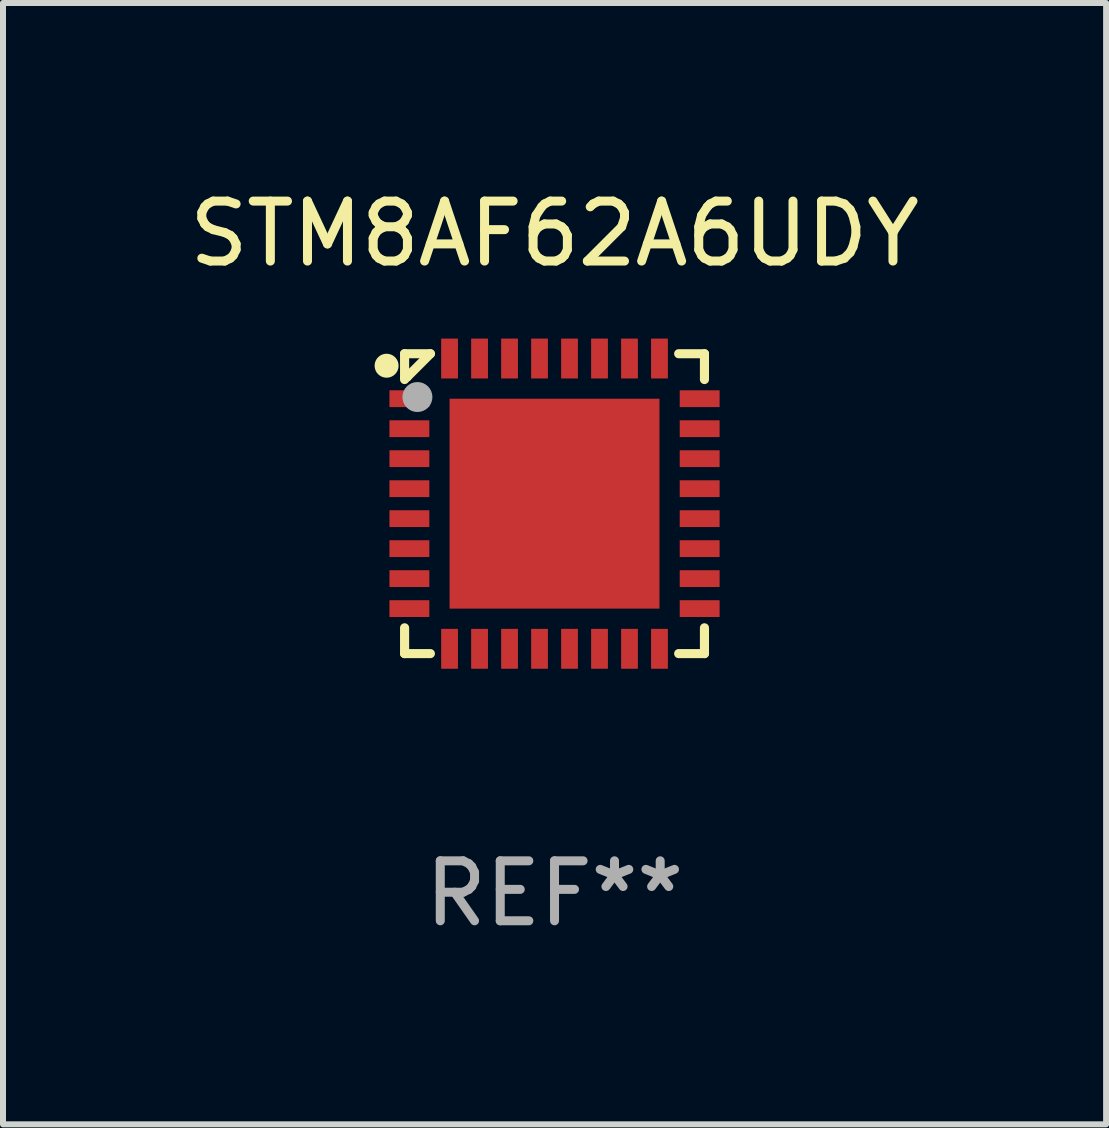
<source format=kicad_pcb>
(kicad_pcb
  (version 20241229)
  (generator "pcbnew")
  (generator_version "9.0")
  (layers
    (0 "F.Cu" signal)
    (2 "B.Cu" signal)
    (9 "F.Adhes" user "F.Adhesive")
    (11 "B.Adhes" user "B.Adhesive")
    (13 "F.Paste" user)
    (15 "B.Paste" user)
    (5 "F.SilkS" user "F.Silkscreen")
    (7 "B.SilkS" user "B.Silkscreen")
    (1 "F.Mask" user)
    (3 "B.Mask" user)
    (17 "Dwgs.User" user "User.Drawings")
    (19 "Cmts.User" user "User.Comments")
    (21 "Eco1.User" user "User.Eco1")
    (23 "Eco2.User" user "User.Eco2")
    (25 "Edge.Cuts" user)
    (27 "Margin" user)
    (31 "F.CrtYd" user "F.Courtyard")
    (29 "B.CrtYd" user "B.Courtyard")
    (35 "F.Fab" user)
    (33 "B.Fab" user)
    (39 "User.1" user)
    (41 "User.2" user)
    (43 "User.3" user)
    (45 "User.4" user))
  (footprint "STM8AF62A6UDY"
    (layer "F.Cu")
    (at 6.196 5.348)
    (property "Reference" "STM8AF62A6UDY" (at 0 -4.5 0) (layer "F.SilkS") (effects (font (size 1 1) (thickness 0.15))))
    (attr through_hole)
    (fp_line (start -2.5 -2.5) (end -2.07 -2.5) (stroke (width 0.152) (type solid)) (layer "F.SilkS"))
    (fp_line (start -2.5 -2.11) (end -2.5 -2.5) (stroke (width 0.152) (type solid)) (layer "F.SilkS"))
    (fp_line (start -2.5 -2.11) (end -2.5 -2.07) (stroke (width 0.152) (type solid)) (layer "F.SilkS"))
    (fp_line (start -2.5 -2.11) (end -2.46 -2.11) (stroke (width 0.152) (type solid)) (layer "F.SilkS"))
    (fp_line (start -2.5 2.5) (end -2.5 2.07) (stroke (width 0.152) (type solid)) (layer "F.SilkS"))
    (fp_line (start -2.46 -2.11) (end -2.07 -2.5) (stroke (width 0.152) (type solid)) (layer "F.SilkS"))
    (fp_line (start -2.07 2.5) (end -2.5 2.5) (stroke (width 0.152) (type solid)) (layer "F.SilkS"))
    (fp_line (start 2.07 -2.5) (end 2.5 -2.5) (stroke (width 0.152) (type solid)) (layer "F.SilkS"))
    (fp_line (start 2.5 -2.5) (end 2.5 -2.07) (stroke (width 0.152) (type solid)) (layer "F.SilkS"))
    (fp_line (start 2.5 2.07) (end 2.5 2.5) (stroke (width 0.152) (type solid)) (layer "F.SilkS"))
    (fp_line (start 2.5 2.5) (end 2.07 2.5) (stroke (width 0.152) (type solid)) (layer "F.SilkS"))
    (fp_circle (center -2.8 -2.3) (end -2.7 -2.3) (stroke (width 0.2) (type solid)) (fill no) (layer "F.SilkS"))
    (fp_circle (center -2.5 -2.5) (end -2.47 -2.5) (stroke (width 0.06) (type solid)) (fill no) (layer "F.SilkS"))
    (fp_circle (center -2.286 -1.778) (end -2.161 -1.778) (stroke (width 0.25) (type solid)) (fill no) (layer "F.Fab"))
    (fp_text user "REF**" (at 0 6.5 0) (layer "F.Fab") (effects (font (size 1 1) (thickness 0.15))))
    (pad "1" smd rect (at -2.42 -1.75 270) (size 0.28 0.665) (layers "F.Cu" "F.Mask" "F.Paste"))
    (pad "2" smd rect (at -2.42 -1.25 270) (size 0.28 0.665) (layers "F.Cu" "F.Mask" "F.Paste"))
    (pad "3" smd rect (at -2.42 -0.75 270) (size 0.28 0.665) (layers "F.Cu" "F.Mask" "F.Paste"))
    (pad "4" smd rect (at -2.42 -0.25 270) (size 0.28 0.665) (layers "F.Cu" "F.Mask" "F.Paste"))
    (pad "5" smd rect (at -2.42 0.25 270) (size 0.28 0.665) (layers "F.Cu" "F.Mask" "F.Paste"))
    (pad "6" smd rect (at -2.42 0.75 270) (size 0.28 0.665) (layers "F.Cu" "F.Mask" "F.Paste"))
    (pad "7" smd rect (at -2.42 1.25 270) (size 0.28 0.665) (layers "F.Cu" "F.Mask" "F.Paste"))
    (pad "8" smd rect (at -2.42 1.75 270) (size 0.28 0.665) (layers "F.Cu" "F.Mask" "F.Paste"))
    (pad "9" smd rect (at -1.75 2.42 270) (size 0.665 0.28) (layers "F.Cu" "F.Mask" "F.Paste"))
    (pad "10" smd rect (at -1.25 2.42 270) (size 0.665 0.28) (layers "F.Cu" "F.Mask" "F.Paste"))
    (pad "11" smd rect (at -0.75 2.42 270) (size 0.665 0.28) (layers "F.Cu" "F.Mask" "F.Paste"))
    (pad "12" smd rect (at -0.25 2.42 270) (size 0.665 0.28) (layers "F.Cu" "F.Mask" "F.Paste"))
    (pad "13" smd rect (at 0.25 2.42 270) (size 0.665 0.28) (layers "F.Cu" "F.Mask" "F.Paste"))
    (pad "14" smd rect (at 0.75 2.42 270) (size 0.665 0.28) (layers "F.Cu" "F.Mask" "F.Paste"))
    (pad "15" smd rect (at 1.25 2.42 270) (size 0.665 0.28) (layers "F.Cu" "F.Mask" "F.Paste"))
    (pad "16" smd rect (at 1.75 2.42 270) (size 0.665 0.28) (layers "F.Cu" "F.Mask" "F.Paste"))
    (pad "17" smd rect (at 2.42 1.75 270) (size 0.28 0.665) (layers "F.Cu" "F.Mask" "F.Paste"))
    (pad "18" smd rect (at 2.42 1.25 270) (size 0.28 0.665) (layers "F.Cu" "F.Mask" "F.Paste"))
    (pad "19" smd rect (at 2.42 0.75 270) (size 0.28 0.665) (layers "F.Cu" "F.Mask" "F.Paste"))
    (pad "20" smd rect (at 2.42 0.25 270) (size 0.28 0.665) (layers "F.Cu" "F.Mask" "F.Paste"))
    (pad "21" smd rect (at 2.42 -0.25 270) (size 0.28 0.665) (layers "F.Cu" "F.Mask" "F.Paste"))
    (pad "22" smd rect (at 2.42 -0.75 270) (size 0.28 0.665) (layers "F.Cu" "F.Mask" "F.Paste"))
    (pad "23" smd rect (at 2.42 -1.25 270) (size 0.28 0.665) (layers "F.Cu" "F.Mask" "F.Paste"))
    (pad "24" smd rect (at 2.42 -1.75 270) (size 0.28 0.665) (layers "F.Cu" "F.Mask" "F.Paste"))
    (pad "25" smd rect (at 1.75 -2.42 270) (size 0.665 0.28) (layers "F.Cu" "F.Mask" "F.Paste"))
    (pad "26" smd rect (at 1.25 -2.42 270) (size 0.665 0.28) (layers "F.Cu" "F.Mask" "F.Paste"))
    (pad "27" smd rect (at 0.75 -2.42 270) (size 0.665 0.28) (layers "F.Cu" "F.Mask" "F.Paste"))
    (pad "28" smd rect (at 0.25 -2.42 270) (size 0.665 0.28) (layers "F.Cu" "F.Mask" "F.Paste"))
    (pad "29" smd rect (at -0.25 -2.42 270) (size 0.665 0.28) (layers "F.Cu" "F.Mask" "F.Paste"))
    (pad "30" smd rect (at -0.75 -2.42 270) (size 0.665 0.28) (layers "F.Cu" "F.Mask" "F.Paste"))
    (pad "31" smd rect (at -1.25 -2.42 270) (size 0.665 0.28) (layers "F.Cu" "F.Mask" "F.Paste"))
    (pad "32" smd rect (at -1.75 -2.42 270) (size 0.665 0.28) (layers "F.Cu" "F.Mask" "F.Paste"))
    (pad "33" smd rect (at 0 0 270) (size 3.5 3.5) (layers "F.Cu" "F.Mask" "F.Paste")))
  (gr_rect
    (start -3 -3)
    (end 15.393 15.697)
    (stroke (width 0.1) (type default))
    (fill no)
    (layer "Edge.Cuts")))
</source>
